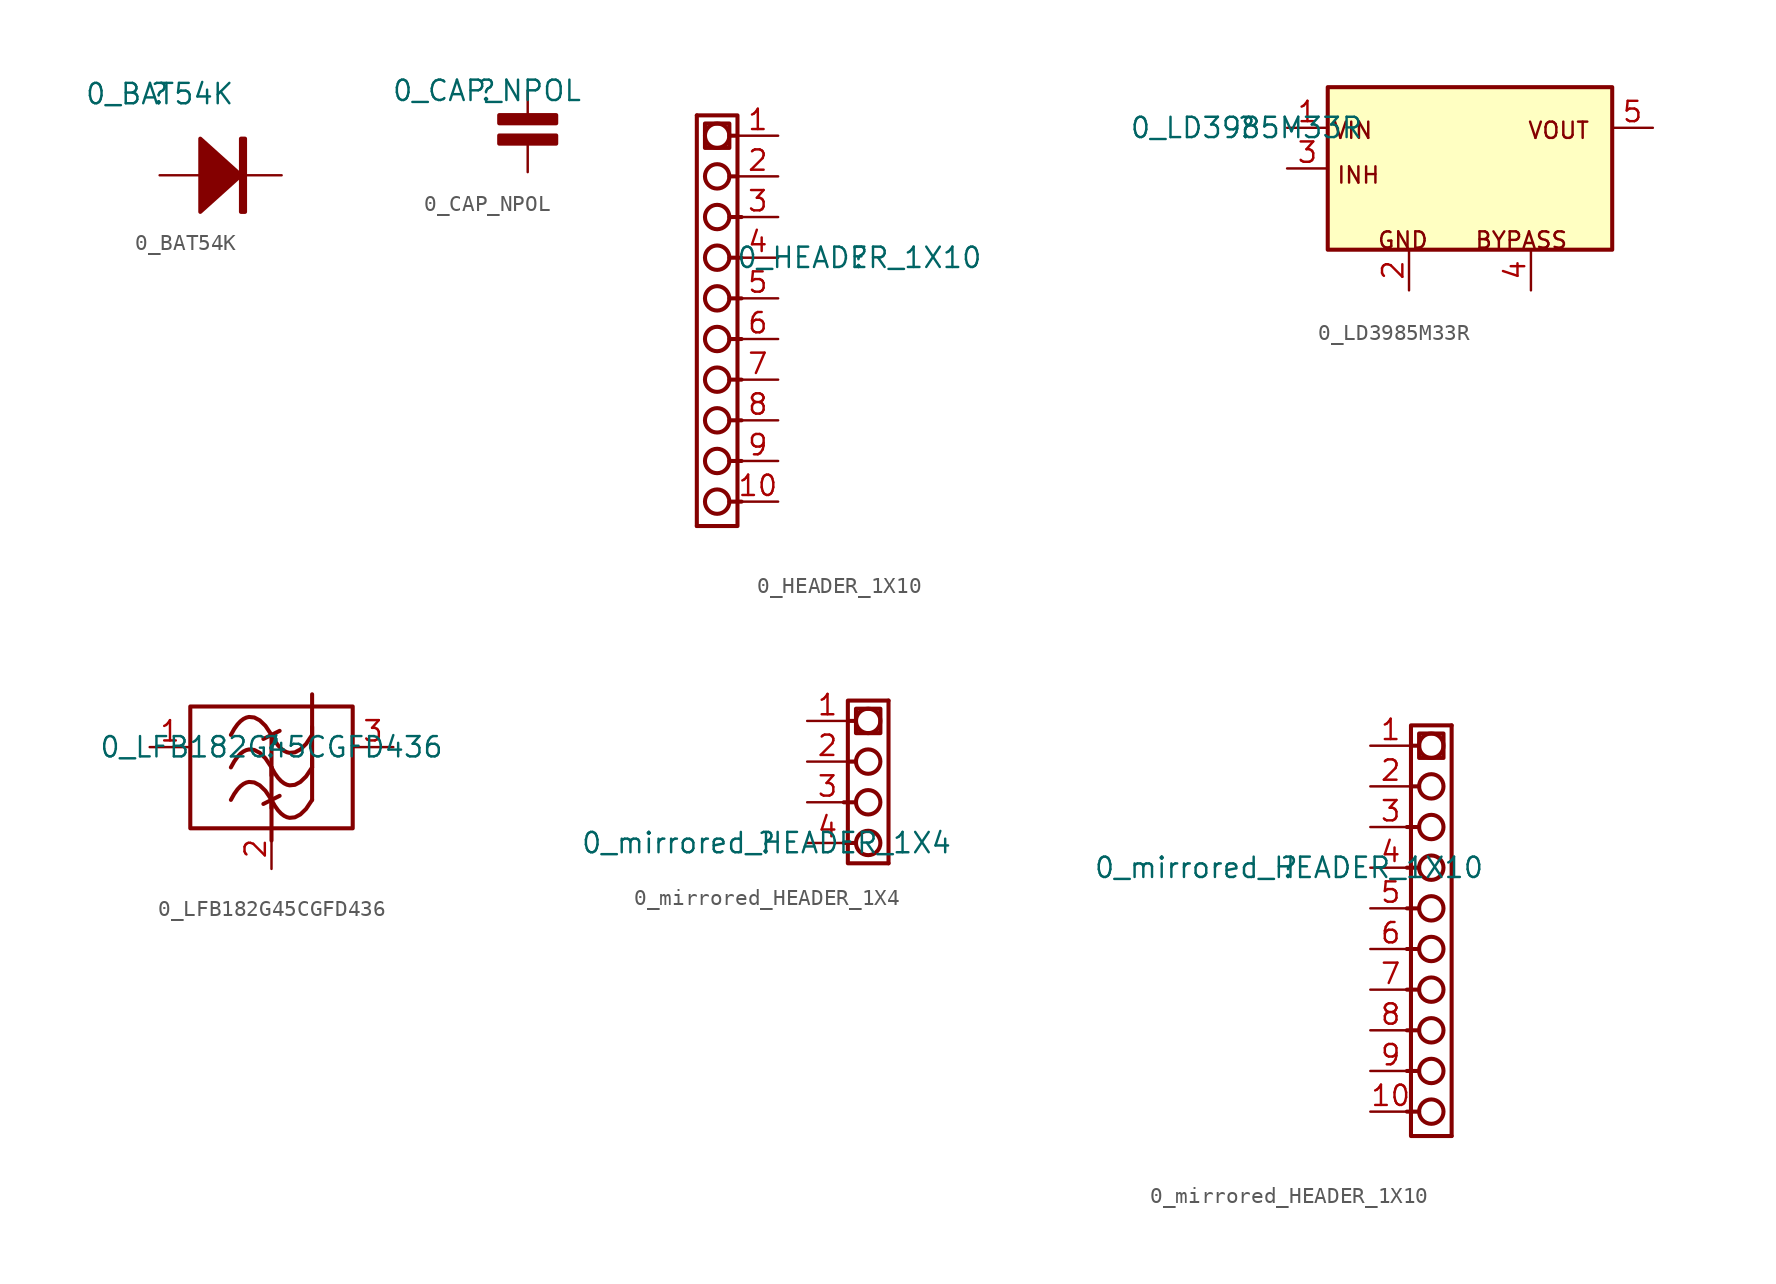
<source format=kicad_sym>
(kicad_symbol_lib
  (version 20211014)
  (generator kicad_symbol_editor)
  (symbol "0_BAT54K"
    (property "Reference" ""
      (at 0 0 0)
      (effects (font (size 1.27 1.27))))
    (property "Value" "0_BAT54K"
      (at 0 0 0)
      (effects (font (size 1.27 1.27))))
    (symbol "0_BAT54K_1_0"
      (polyline (pts (xy 2.54 -2.794) (xy 5.08 -5.08) (xy 2.54 -7.366) (xy 2.54 -2.794)) (stroke (width 0.254) (type default) (color 0 0 0 0)) (fill (type outline)))
      (polyline (pts (xy 5.08 -2.794) (xy 5.334 -2.794) (xy 5.334 -7.366) (xy 5.08 -7.366) (xy 5.08 -2.794)) (stroke (width 0.254) (type default) (color 0 0 0 0)) (fill (type outline)))
      (pin passive line (at 0 -5.08 0) (length 2.54) (name "A" (effects (font (size 0 0)))) (number "A" (effects (font (size 0 0)))))
      (pin passive line (at 7.62 -5.08 180) (length 2.54) (name "K" (effects (font (size 0 0)))) (number "K" (effects (font (size 0 0)))))))
  (symbol "0_CAP_NPOL"
    (property "Reference" ""
      (at 0 0 0)
      (effects (font (size 1.27 1.27))))
    (property "Value" "0_CAP_NPOL"
      (at 0 0 0)
      (effects (font (size 1.27 1.27))))
    (symbol "0_CAP_NPOL_1_0"
      (polyline (pts (xy 1.016 -3.048) (xy 4.064 -3.048)) (stroke (width 0.508) (type default) (color 0 0 0 0)) (fill (type none)))
      (polyline (pts (xy 4.064 -1.778) (xy 1.016 -1.778)) (stroke (width 0.508) (type default) (color 0 0 0 0)) (fill (type none)))
      (polyline (pts (xy 2.54 -2.794) (xy 4.318 -2.794) (xy 4.318 -3.302) (xy 0.762 -3.302) (xy 0.762 -2.794) (xy 2.54 -2.794)) (stroke (width 0.254) (type default) (color 0 0 0 0)) (fill (type none)))
      (polyline (pts (xy 2.54 -1.524) (xy 4.318 -1.524) (xy 4.318 -2.032) (xy 0.762 -2.032) (xy 0.762 -1.524) (xy 2.54 -1.524)) (stroke (width 0.254) (type default) (color 0 0 0 0)) (fill (type none)))
      (pin passive line (at 2.54 0 270) (length 1.524) (name "1" (effects (font (size 0 0)))) (number "1" (effects (font (size 0 0)))))
      (pin passive line (at 2.54 -5.08 90) (length 1.778) (name "2" (effects (font (size 0 0)))) (number "2" (effects (font (size 0 0)))))))
  (symbol "0_HEADER_1X10"
    (property "Reference" ""
      (at 0 0 0)
      (effects (font (size 1.27 1.27))))
    (property "Value" "0_HEADER_1X10"
      (at 0 0 0)
      (effects (font (size 1.27 1.27))))
    (symbol "0_HEADER_1X10_1_0"
      (circle (center -8.89 -15.24) (radius 0.762) (stroke (width 0.254) (type default) (color 0 0 0 0)) (fill (type none)))
      (circle (center -8.89 -12.7) (radius 0.762) (stroke (width 0.254) (type default) (color 0 0 0 0)) (fill (type none)))
      (circle (center -8.89 -10.16) (radius 0.762) (stroke (width 0.254) (type default) (color 0 0 0 0)) (fill (type none)))
      (circle (center -8.89 -7.62) (radius 0.762) (stroke (width 0.254) (type default) (color 0 0 0 0)) (fill (type none)))
      (circle (center -8.89 -5.08) (radius 0.762) (stroke (width 0.254) (type default) (color 0 0 0 0)) (fill (type none)))
      (circle (center -8.89 -2.54) (radius 0.762) (stroke (width 0.254) (type default) (color 0 0 0 0)) (fill (type none)))
      (circle (center -8.89 0) (radius 0.762) (stroke (width 0.254) (type default) (color 0 0 0 0)) (fill (type none)))
      (circle (center -8.89 2.54) (radius 0.762) (stroke (width 0.254) (type default) (color 0 0 0 0)) (fill (type none)))
      (circle (center -8.89 5.08) (radius 0.762) (stroke (width 0.254) (type default) (color 0 0 0 0)) (fill (type none)))
      (circle (center -8.89 7.62) (radius 0.762) (stroke (width 0.254) (type default) (color 0 0 0 0)) (fill (type none)))
      (polyline (pts (xy -10.16 8.89) (xy -10.16 -16.764)) (stroke (width 0.254) (type default) (color 0 0 0 0)) (fill (type none)))
      (polyline (pts (xy -8.128 -15.24) (xy -7.366 -15.24)) (stroke (width 0.254) (type default) (color 0 0 0 0)) (fill (type none)))
      (polyline (pts (xy -8.128 -12.7) (xy -7.366 -12.7)) (stroke (width 0.254) (type default) (color 0 0 0 0)) (fill (type none)))
      (polyline (pts (xy -8.128 -10.16) (xy -7.366 -10.16)) (stroke (width 0.254) (type default) (color 0 0 0 0)) (fill (type none)))
      (polyline (pts (xy -8.128 -7.62) (xy -7.366 -7.62)) (stroke (width 0.254) (type default) (color 0 0 0 0)) (fill (type none)))
      (polyline (pts (xy -8.128 -5.08) (xy -7.366 -5.08)) (stroke (width 0.254) (type default) (color 0 0 0 0)) (fill (type none)))
      (polyline (pts (xy -8.128 -2.54) (xy -7.366 -2.54)) (stroke (width 0.254) (type default) (color 0 0 0 0)) (fill (type none)))
      (polyline (pts (xy -8.128 0) (xy -7.366 0)) (stroke (width 0.254) (type default) (color 0 0 0 0)) (fill (type none)))
      (polyline (pts (xy -8.128 2.54) (xy -7.366 2.54)) (stroke (width 0.254) (type default) (color 0 0 0 0)) (fill (type none)))
      (polyline (pts (xy -8.128 5.08) (xy -7.62 5.08)) (stroke (width 0.254) (type default) (color 0 0 0 0)) (fill (type none)))
      (polyline (pts (xy -8.128 7.62) (xy -7.62 7.62)) (stroke (width 0.254) (type default) (color 0 0 0 0)) (fill (type none)))
      (polyline (pts (xy -10.16 8.89) (xy -7.62 8.89) (xy -7.62 -16.764) (xy -10.16 -16.764)) (stroke (width 0.254) (type default) (color 0 0 0 0)) (fill (type none)))
      (polyline (pts (xy -8.89 8.382) (xy -9.652 8.382) (xy -9.652 6.858) (xy -8.128 6.858) (xy -8.128 8.382) (xy -8.89 8.382)) (stroke (width 0.254) (type default) (color 0 0 0 0)) (fill (type none)))
      (pin passive line (at -5.08 7.62 180) (length 2.54) (name "1" (effects (font (size 0 0)))) (number "1" (effects (font (size 1.27 1.27)))))
      (pin passive line (at -5.08 -15.24 180) (length 2.54) (name "10" (effects (font (size 0 0)))) (number "10" (effects (font (size 1.27 1.27)))))
      (pin passive line (at -5.08 5.08 180) (length 2.54) (name "2" (effects (font (size 0 0)))) (number "2" (effects (font (size 1.27 1.27)))))
      (pin passive line (at -5.08 2.54 180) (length 2.54) (name "3" (effects (font (size 0 0)))) (number "3" (effects (font (size 1.27 1.27)))))
      (pin passive line (at -5.08 0 180) (length 2.54) (name "4" (effects (font (size 0 0)))) (number "4" (effects (font (size 1.27 1.27)))))
      (pin passive line (at -5.08 -2.54 180) (length 2.54) (name "5" (effects (font (size 0 0)))) (number "5" (effects (font (size 1.27 1.27)))))
      (pin passive line (at -5.08 -5.08 180) (length 2.54) (name "6" (effects (font (size 0 0)))) (number "6" (effects (font (size 1.27 1.27)))))
      (pin passive line (at -5.08 -7.62 180) (length 2.54) (name "7" (effects (font (size 0 0)))) (number "7" (effects (font (size 1.27 1.27)))))
      (pin passive line (at -5.08 -10.16 180) (length 2.54) (name "8" (effects (font (size 0 0)))) (number "8" (effects (font (size 1.27 1.27)))))
      (pin passive line (at -5.08 -12.7 180) (length 2.54) (name "9" (effects (font (size 0 0)))) (number "9" (effects (font (size 1.27 1.27)))))))
  (symbol "0_LD3985M33R"
    (property "Reference" ""
      (at 0 0 0)
      (effects (font (size 1.27 1.27))))
    (property "Value" "0_LD3985M33R"
      (at 0 0 0)
      (effects (font (size 1.27 1.27))))
    (symbol "0_LD3985M33R_1_0"
      (rectangle (start 22.86 2.54) (end 5.08 -7.62) (stroke (width 0.254) (type default) (color 0 0 0 0)) (fill (type background)))
      (text "BYPASS" (at 14.224 -7.62 0) (effects (font (size 1.016 1.016)) (justify left bottom)))
      (text "GND" (at 8.128 -7.62 0) (effects (font (size 1.016 1.016)) (justify left bottom)))
      (text "INH" (at 5.588 -3.556 0) (effects (font (size 1.016 1.016)) (justify left bottom)))
      (text "VIN" (at 5.334 -0.762 0) (effects (font (size 1.016 1.016)) (justify left bottom)))
      (text "VOUT" (at 17.526 -0.762 0) (effects (font (size 1.016 1.016)) (justify left bottom)))
      (pin passive line (at 2.54 0 0) (length 2.54) (name "VIN" (effects (font (size 0 0)))) (number "1" (effects (font (size 1.27 1.27)))))
      (pin passive line (at 10.16 -10.16 90) (length 2.54) (name "VSS" (effects (font (size 0 0)))) (number "2" (effects (font (size 1.27 1.27)))))
      (pin passive line (at 2.54 -2.54 0) (length 2.54) (name "CE" (effects (font (size 0 0)))) (number "3" (effects (font (size 1.27 1.27)))))
      (pin passive line (at 17.78 -10.16 90) (length 2.54) (name "BYPASS" (effects (font (size 0 0)))) (number "4" (effects (font (size 1.27 1.27)))))
      (pin passive line (at 25.4 0 180) (length 2.54) (name "VOUT" (effects (font (size 0 0)))) (number "5" (effects (font (size 1.27 1.27)))))))
  (symbol "0_LFB182G45CGFD436"
    (property "Reference" ""
      (at 0 0 0)
      (effects (font (size 1.27 1.27))))
    (property "Value" "0_LFB182G45CGFD436"
      (at 0 0 0)
      (effects (font (size 1.27 1.27))))
    (symbol "0_LFB182G45CGFD436_1_0"
      (bezier (pts (xy -2.54 -3.302) (xy -1.27 -0.762) (xy 0 -3.302) (xy 0 -3.302)) (stroke (width 0.254) (type default) (color 0 0 0 0)) (fill (type none)))
      (bezier (pts (xy -2.54 -1.27) (xy -1.27 1.27) (xy 0 -1.27) (xy 0 -1.27)) (stroke (width 0.254) (type default) (color 0 0 0 0)) (fill (type none)))
      (bezier (pts (xy -2.54 0.762) (xy -1.27 3.302) (xy 0 0.762) (xy 0 0.762)) (stroke (width 0.254) (type default) (color 0 0 0 0)) (fill (type none)))
      (bezier (pts (xy 0 -3.302) (xy 1.27 -5.842) (xy 2.54 -3.302) (xy 2.54 -3.302)) (stroke (width 0.254) (type default) (color 0 0 0 0)) (fill (type none)))
      (bezier (pts (xy 0 -1.27) (xy 1.27 -3.81) (xy 2.54 -1.27) (xy 2.54 -1.27)) (stroke (width 0.254) (type default) (color 0 0 0 0)) (fill (type none)))
      (polyline (pts (xy -0.508 -3.556) (xy 0.508 -3.048)) (stroke (width 0.254) (type default) (color 0 0 0 0)) (fill (type none)))
      (polyline (pts (xy -0.508 0.508) (xy 0.508 1.016)) (stroke (width 0.254) (type default) (color 0 0 0 0)) (fill (type none)))
      (polyline (pts (xy 0 -3.302) (xy 0 -5.842)) (stroke (width 0.254) (type default) (color 0 0 0 0)) (fill (type none)))
      (polyline (pts (xy 0 -1.27) (xy 0 -3.81)) (stroke (width 0.254) (type default) (color 0 0 0 0)) (fill (type none)))
      (polyline (pts (xy 0 0.762) (xy 0 -1.778)) (stroke (width 0.254) (type default) (color 0 0 0 0)) (fill (type none)))
      (polyline (pts (xy 2.54 -3.302) (xy 2.54 -0.762)) (stroke (width 0.254) (type default) (color 0 0 0 0)) (fill (type none)))
      (polyline (pts (xy 2.54 -1.27) (xy 2.54 1.27)) (stroke (width 0.254) (type default) (color 0 0 0 0)) (fill (type none)))
      (polyline (pts (xy 2.54 0.762) (xy 2.54 3.302)) (stroke (width 0.254) (type default) (color 0 0 0 0)) (fill (type none)))
      (polyline (pts (xy -5.08 2.54) (xy 5.08 2.54) (xy 5.08 -5.08) (xy -5.08 -5.08) (xy -5.08 2.54)) (stroke (width 0.254) (type default) (color 0 0 0 0)) (fill (type none)))
      (bezier (pts (xy 0 0.762) (xy 1.27 -1.778) (xy 2.54 0.762) (xy 2.54 0.762)) (stroke (width 0.254) (type default) (color 0 0 0 0)) (fill (type none)))
      (pin passive line (at -7.62 0 0) (length 2.54) (name "I/O" (effects (font (size 0 0)))) (number "1" (effects (font (size 1.27 1.27)))))
      (pin passive line (at 0 -7.62 90) (length 2.54) (name "GND" (effects (font (size 0 0)))) (number "2" (effects (font (size 1.27 1.27)))))
      (pin passive line (at 7.62 0 180) (length 2.54) (name "I/O" (effects (font (size 0 0)))) (number "3" (effects (font (size 1.27 1.27)))))))
  (symbol "0_mirrored_HEADER_1X4"
    (property "Reference" ""
      (at 0 0 0)
      (effects (font (size 1.27 1.27))))
    (property "Value" "0_mirrored_HEADER_1X4"
      (at 0 0 0)
      (effects (font (size 1.27 1.27))))
    (symbol "0_mirrored_HEADER_1X4_1_0"
      (polyline (pts (xy 5.588 0) (xy 4.826 0)) (stroke (width 0.254) (type default) (color 0 0 0 0)) (fill (type none)))
      (polyline (pts (xy 5.588 2.54) (xy 4.826 2.54)) (stroke (width 0.254) (type default) (color 0 0 0 0)) (fill (type none)))
      (polyline (pts (xy 5.588 5.08) (xy 5.08 5.08)) (stroke (width 0.254) (type default) (color 0 0 0 0)) (fill (type none)))
      (polyline (pts (xy 5.588 7.62) (xy 5.08 7.62)) (stroke (width 0.254) (type default) (color 0 0 0 0)) (fill (type none)))
      (polyline (pts (xy 7.62 8.89) (xy 7.62 -1.27)) (stroke (width 0.254) (type default) (color 0 0 0 0)) (fill (type none)))
      (polyline (pts (xy 7.62 8.89) (xy 5.08 8.89) (xy 5.08 -1.27) (xy 7.62 -1.27)) (stroke (width 0.254) (type default) (color 0 0 0 0)) (fill (type none)))
      (polyline (pts (xy 6.35 8.382) (xy 7.112 8.382) (xy 7.112 6.858) (xy 5.588 6.858) (xy 5.588 8.382) (xy 6.35 8.382)) (stroke (width 0.254) (type default) (color 0 0 0 0)) (fill (type none)))
      (circle (center 6.35 0) (radius 0.762) (stroke (width 0.254) (type default) (color 0 0 0 0)) (fill (type none)))
      (circle (center 6.35 2.54) (radius 0.762) (stroke (width 0.254) (type default) (color 0 0 0 0)) (fill (type none)))
      (circle (center 6.35 5.08) (radius 0.762) (stroke (width 0.254) (type default) (color 0 0 0 0)) (fill (type none)))
      (circle (center 6.35 7.62) (radius 0.762) (stroke (width 0.254) (type default) (color 0 0 0 0)) (fill (type none)))
      (pin passive line (at 2.54 7.62 0) (length 2.54) (name "1" (effects (font (size 0 0)))) (number "1" (effects (font (size 1.27 1.27)))))
      (pin passive line (at 2.54 5.08 0) (length 2.54) (name "2" (effects (font (size 0 0)))) (number "2" (effects (font (size 1.27 1.27)))))
      (pin passive line (at 2.54 2.54 0) (length 2.54) (name "3" (effects (font (size 0 0)))) (number "3" (effects (font (size 1.27 1.27)))))
      (pin passive line (at 2.54 0 0) (length 2.54) (name "4" (effects (font (size 0 0)))) (number "4" (effects (font (size 1.27 1.27)))))))
  (symbol "0_mirrored_HEADER_1X10"
    (property "Reference" ""
      (at 0 0 0)
      (effects (font (size 1.27 1.27))))
    (property "Value" "0_mirrored_HEADER_1X10"
      (at 0 0 0)
      (effects (font (size 1.27 1.27))))
    (symbol "0_mirrored_HEADER_1X10_1_0"
      (polyline (pts (xy 8.128 -15.24) (xy 7.366 -15.24)) (stroke (width 0.254) (type default) (color 0 0 0 0)) (fill (type none)))
      (polyline (pts (xy 8.128 -12.7) (xy 7.366 -12.7)) (stroke (width 0.254) (type default) (color 0 0 0 0)) (fill (type none)))
      (polyline (pts (xy 8.128 -10.16) (xy 7.366 -10.16)) (stroke (width 0.254) (type default) (color 0 0 0 0)) (fill (type none)))
      (polyline (pts (xy 8.128 -7.62) (xy 7.366 -7.62)) (stroke (width 0.254) (type default) (color 0 0 0 0)) (fill (type none)))
      (polyline (pts (xy 8.128 -5.08) (xy 7.366 -5.08)) (stroke (width 0.254) (type default) (color 0 0 0 0)) (fill (type none)))
      (polyline (pts (xy 8.128 -2.54) (xy 7.366 -2.54)) (stroke (width 0.254) (type default) (color 0 0 0 0)) (fill (type none)))
      (polyline (pts (xy 8.128 0) (xy 7.366 0)) (stroke (width 0.254) (type default) (color 0 0 0 0)) (fill (type none)))
      (polyline (pts (xy 8.128 2.54) (xy 7.366 2.54)) (stroke (width 0.254) (type default) (color 0 0 0 0)) (fill (type none)))
      (polyline (pts (xy 8.128 5.08) (xy 7.62 5.08)) (stroke (width 0.254) (type default) (color 0 0 0 0)) (fill (type none)))
      (polyline (pts (xy 8.128 7.62) (xy 7.62 7.62)) (stroke (width 0.254) (type default) (color 0 0 0 0)) (fill (type none)))
      (polyline (pts (xy 10.16 8.89) (xy 10.16 -16.764)) (stroke (width 0.254) (type default) (color 0 0 0 0)) (fill (type none)))
      (polyline (pts (xy 10.16 8.89) (xy 7.62 8.89) (xy 7.62 -16.764) (xy 10.16 -16.764)) (stroke (width 0.254) (type default) (color 0 0 0 0)) (fill (type none)))
      (polyline (pts (xy 8.89 8.382) (xy 9.652 8.382) (xy 9.652 6.858) (xy 8.128 6.858) (xy 8.128 8.382) (xy 8.89 8.382)) (stroke (width 0.254) (type default) (color 0 0 0 0)) (fill (type none)))
      (circle (center 8.89 -15.24) (radius 0.762) (stroke (width 0.254) (type default) (color 0 0 0 0)) (fill (type none)))
      (circle (center 8.89 -12.7) (radius 0.762) (stroke (width 0.254) (type default) (color 0 0 0 0)) (fill (type none)))
      (circle (center 8.89 -10.16) (radius 0.762) (stroke (width 0.254) (type default) (color 0 0 0 0)) (fill (type none)))
      (circle (center 8.89 -7.62) (radius 0.762) (stroke (width 0.254) (type default) (color 0 0 0 0)) (fill (type none)))
      (circle (center 8.89 -5.08) (radius 0.762) (stroke (width 0.254) (type default) (color 0 0 0 0)) (fill (type none)))
      (circle (center 8.89 -2.54) (radius 0.762) (stroke (width 0.254) (type default) (color 0 0 0 0)) (fill (type none)))
      (circle (center 8.89 0) (radius 0.762) (stroke (width 0.254) (type default) (color 0 0 0 0)) (fill (type none)))
      (circle (center 8.89 2.54) (radius 0.762) (stroke (width 0.254) (type default) (color 0 0 0 0)) (fill (type none)))
      (circle (center 8.89 5.08) (radius 0.762) (stroke (width 0.254) (type default) (color 0 0 0 0)) (fill (type none)))
      (circle (center 8.89 7.62) (radius 0.762) (stroke (width 0.254) (type default) (color 0 0 0 0)) (fill (type none)))
      (pin passive line (at 5.08 7.62 0) (length 2.54) (name "1" (effects (font (size 0 0)))) (number "1" (effects (font (size 1.27 1.27)))))
      (pin passive line (at 5.08 -15.24 0) (length 2.54) (name "10" (effects (font (size 0 0)))) (number "10" (effects (font (size 1.27 1.27)))))
      (pin passive line (at 5.08 5.08 0) (length 2.54) (name "2" (effects (font (size 0 0)))) (number "2" (effects (font (size 1.27 1.27)))))
      (pin passive line (at 5.08 2.54 0) (length 2.54) (name "3" (effects (font (size 0 0)))) (number "3" (effects (font (size 1.27 1.27)))))
      (pin passive line (at 5.08 0 0) (length 2.54) (name "4" (effects (font (size 0 0)))) (number "4" (effects (font (size 1.27 1.27)))))
      (pin passive line (at 5.08 -2.54 0) (length 2.54) (name "5" (effects (font (size 0 0)))) (number "5" (effects (font (size 1.27 1.27)))))
      (pin passive line (at 5.08 -5.08 0) (length 2.54) (name "6" (effects (font (size 0 0)))) (number "6" (effects (font (size 1.27 1.27)))))
      (pin passive line (at 5.08 -7.62 0) (length 2.54) (name "7" (effects (font (size 0 0)))) (number "7" (effects (font (size 1.27 1.27)))))
      (pin passive line (at 5.08 -10.16 0) (length 2.54) (name "8" (effects (font (size 0 0)))) (number "8" (effects (font (size 1.27 1.27)))))
      (pin passive line (at 5.08 -12.7 0) (length 2.54) (name "9" (effects (font (size 0 0)))) (number "9" (effects (font (size 1.27 1.27))))))))
</source>
